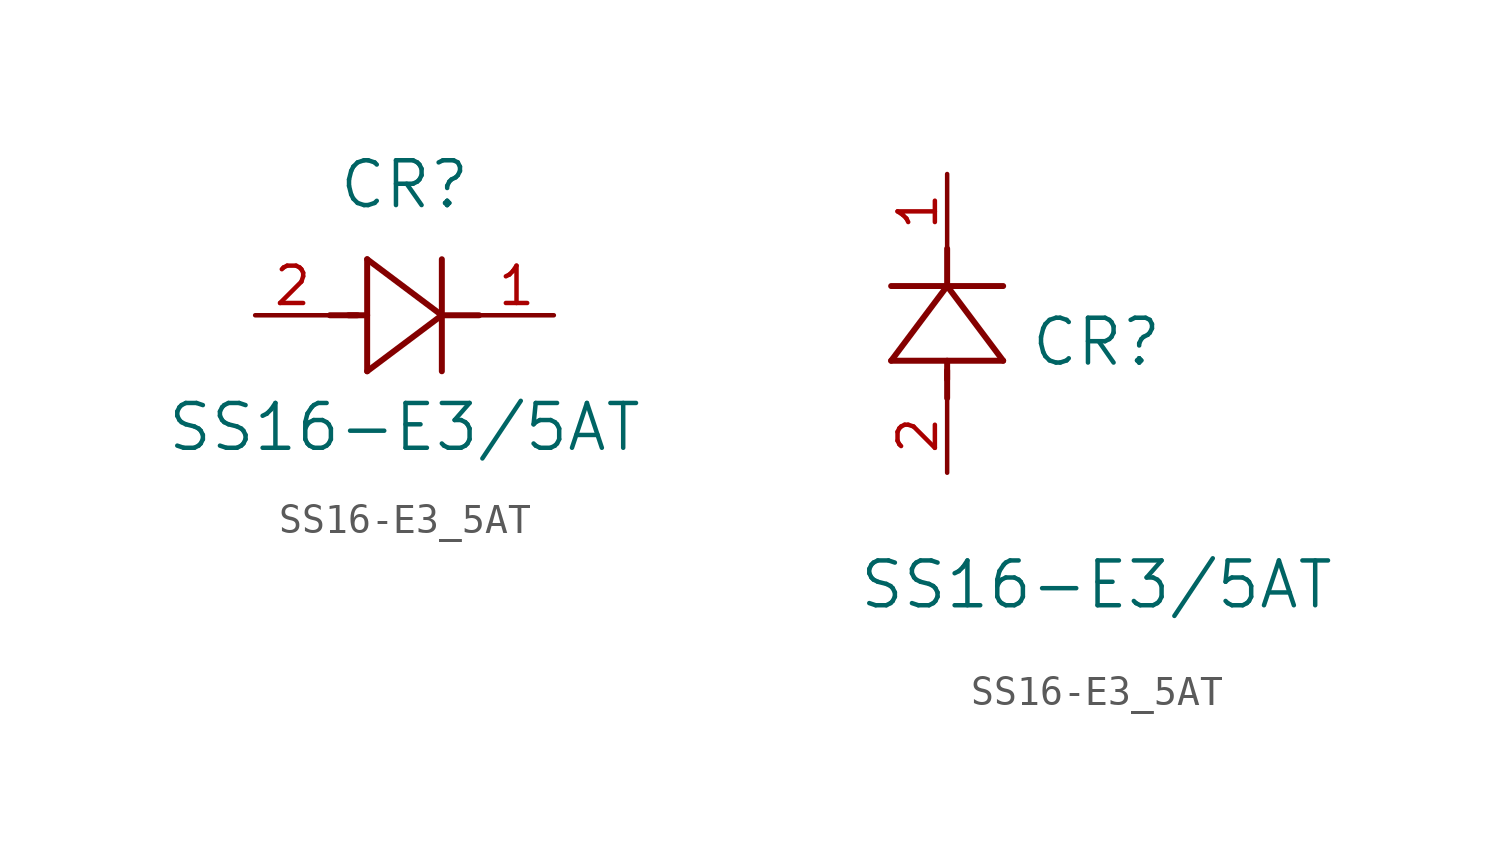
<source format=kicad_sym>
(kicad_symbol_lib
  (version 20211014)
  (generator kicad_symbol_editor)
  (symbol "SS16-E3_5AT"
    (pin_names
      (offset 0.254))
    (property "Reference" "CR"
      (at 5.08 4.445 0)
      (effects (font (size 1.524 1.524))))
    (property "Value" "SS16-E3/5AT"
      (at 5.08 -3.81 0)
      (effects (font (size 1.524 1.524))))
    (symbol "SS16-E3_5AT_1_1"
      (polyline (pts (xy 2.54 0) (xy 3.48 0)) (stroke (width 0.203) (type default) (color 0 0 0 0)) (fill (type none)))
      (polyline (pts (xy 3.81 1.905) (xy 3.81 -1.905)) (stroke (width 0.203) (type default) (color 0 0 0 0)) (fill (type none)))
      (polyline (pts (xy 3.175 0) (xy 3.81 0)) (stroke (width 0.203) (type default) (color 0 0 0 0)) (fill (type none)))
      (polyline (pts (xy 6.35 -1.905) (xy 6.35 1.905)) (stroke (width 0.203) (type default) (color 0 0 0 0)) (fill (type none)))
      (polyline (pts (xy 6.35 0) (xy 7.62 0)) (stroke (width 0.203) (type default) (color 0 0 0 0)) (fill (type none)))
      (polyline (pts (xy 6.35 0) (xy 3.81 1.905)) (stroke (width 0.203) (type default) (color 0 0 0 0)) (fill (type none)))
      (polyline (pts (xy 3.81 -1.905) (xy 6.35 0)) (stroke (width 0.203) (type default) (color 0 0 0 0)) (fill (type none)))
      (pin unspecified line (at 0 0 0) (length 2.54) (name "" (effects (font (size 1.27 1.27)))) (number "2" (effects (font (size 1.27 1.27)))))
      (pin unspecified line (at 10.16 0 180) (length 2.54) (name "" (effects (font (size 1.27 1.27)))) (number "1" (effects (font (size 1.27 1.27))))))
    (symbol "SS16-E3_5AT_1_2"
      (polyline (pts (xy 0 2.54) (xy 0 3.48)) (stroke (width 0.203) (type default) (color 0 0 0 0)) (fill (type none)))
      (polyline (pts (xy -1.905 3.81) (xy 1.905 3.81)) (stroke (width 0.203) (type default) (color 0 0 0 0)) (fill (type none)))
      (polyline (pts (xy 0 3.175) (xy 0 3.81)) (stroke (width 0.203) (type default) (color 0 0 0 0)) (fill (type none)))
      (polyline (pts (xy 1.905 6.35) (xy -1.905 6.35)) (stroke (width 0.203) (type default) (color 0 0 0 0)) (fill (type none)))
      (polyline (pts (xy 0 6.35) (xy 0 7.62)) (stroke (width 0.203) (type default) (color 0 0 0 0)) (fill (type none)))
      (polyline (pts (xy 0 6.35) (xy -1.905 3.81)) (stroke (width 0.203) (type default) (color 0 0 0 0)) (fill (type none)))
      (polyline (pts (xy 1.905 3.81) (xy 0 6.35)) (stroke (width 0.203) (type default) (color 0 0 0 0)) (fill (type none)))
      (pin unspecified line (at 0 0 90) (length 2.54) (name "" (effects (font (size 1.27 1.27)))) (number "2" (effects (font (size 1.27 1.27)))))
      (pin unspecified line (at 0 10.16 270) (length 2.54) (name "" (effects (font (size 1.27 1.27)))) (number "1" (effects (font (size 1.27 1.27))))))))
</source>
